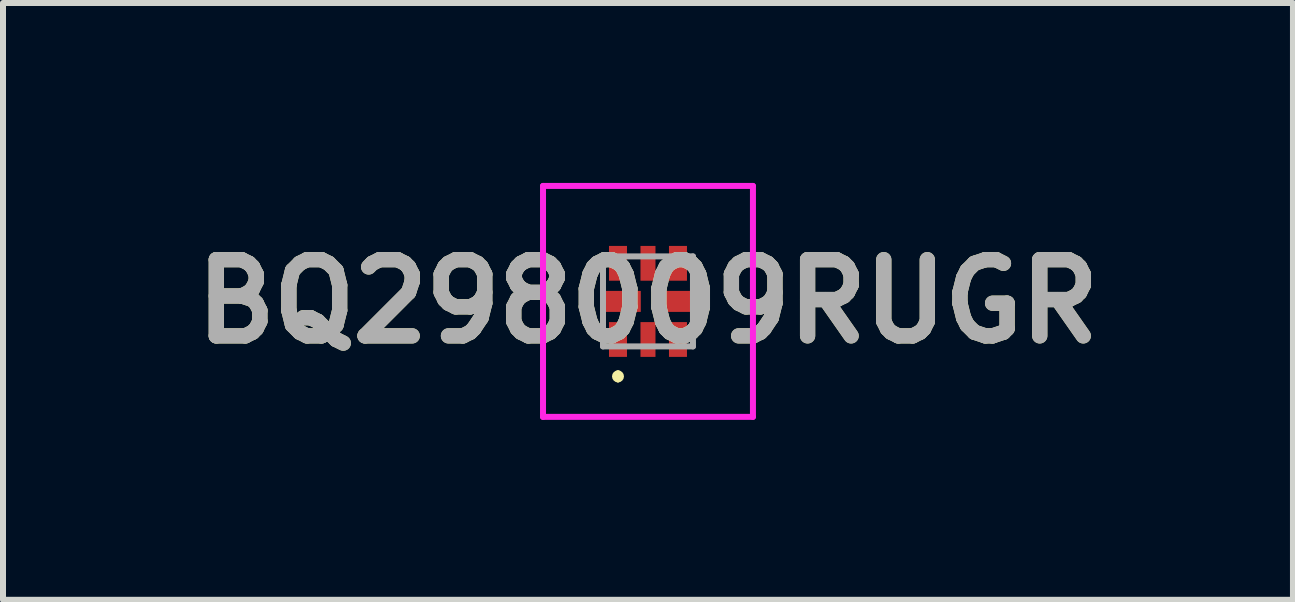
<source format=kicad_pcb>
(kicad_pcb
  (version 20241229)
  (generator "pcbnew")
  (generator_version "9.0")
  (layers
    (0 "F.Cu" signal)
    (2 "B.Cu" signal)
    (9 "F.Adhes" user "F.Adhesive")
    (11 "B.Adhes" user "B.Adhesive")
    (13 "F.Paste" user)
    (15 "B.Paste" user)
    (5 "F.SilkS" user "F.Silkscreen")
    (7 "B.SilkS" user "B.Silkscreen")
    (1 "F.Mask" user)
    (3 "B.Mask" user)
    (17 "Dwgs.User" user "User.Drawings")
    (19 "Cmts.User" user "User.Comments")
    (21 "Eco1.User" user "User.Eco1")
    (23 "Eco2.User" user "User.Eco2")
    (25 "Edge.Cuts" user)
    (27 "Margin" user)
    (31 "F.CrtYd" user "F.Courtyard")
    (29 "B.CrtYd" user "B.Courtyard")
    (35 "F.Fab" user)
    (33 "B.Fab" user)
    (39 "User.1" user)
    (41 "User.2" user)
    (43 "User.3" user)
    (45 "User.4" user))
  (footprint "BQ298009RUGR"
    (layer "F.Cu")
    (at 7.753 1.975)
    (property "Reference" "BQ298009RUGR" (at 0 0 0) (layer "F.SilkS") (effects (font (size 1.27 1.27) (thickness 0.254))))
    (attr smd)
    (fp_line (start -0.5 1.2) (end -0.5 1.2) (stroke (width 0.1) (type solid)) (layer "F.SilkS"))
    (fp_line (start -0.5 1.3) (end -0.5 1.3) (stroke (width 0.1) (type solid)) (layer "F.SilkS"))
    (fp_arc (start -0.5 1.2) (mid -0.45 1.25) (end -0.5 1.3) (stroke (width 0.1) (type solid)) (layer "F.SilkS"))
    (fp_arc (start -0.5 1.3) (mid -0.55 1.25) (end -0.5 1.2) (stroke (width 0.1) (type solid)) (layer "F.SilkS"))
    (fp_line (start -1.75 -1.925) (end 1.75 -1.925) (stroke (width 0.1) (type solid)) (layer "F.CrtYd"))
    (fp_line (start -1.75 1.925) (end -1.75 -1.925) (stroke (width 0.1) (type solid)) (layer "F.CrtYd"))
    (fp_line (start 1.75 -1.925) (end 1.75 1.925) (stroke (width 0.1) (type solid)) (layer "F.CrtYd"))
    (fp_line (start 1.75 1.925) (end -1.75 1.925) (stroke (width 0.1) (type solid)) (layer "F.CrtYd"))
    (fp_line (start -0.75 -0.75) (end 0.75 -0.75) (stroke (width 0.1) (type solid)) (layer "F.Fab"))
    (fp_line (start -0.75 0.75) (end -0.75 -0.75) (stroke (width 0.1) (type solid)) (layer "F.Fab"))
    (fp_line (start 0.75 -0.75) (end 0.75 0.75) (stroke (width 0.1) (type solid)) (layer "F.Fab"))
    (fp_line (start 0.75 0.75) (end -0.75 0.75) (stroke (width 0.1) (type solid)) (layer "F.Fab"))
    (fp_text user "${REFERENCE}" (at 0 0 0) (layer "F.Fab") (effects (font (size 1.27 1.27) (thickness 0.254))))
    (pad "1" smd rect (at -0.5 0.635) (size 0.3 0.58) (layers "F.Cu" "F.Mask" "F.Paste"))
    (pad "2" smd rect (at 0 0.635) (size 0.25 0.58) (layers "F.Cu" "F.Mask" "F.Paste"))
    (pad "3" smd rect (at 0.5 0.635) (size 0.3 0.58) (layers "F.Cu" "F.Mask" "F.Paste"))
    (pad "4" smd rect (at 0.435 0 90) (size 0.35 0.63) (layers "F.Cu" "F.Mask" "F.Paste"))
    (pad "5" smd rect (at 0.5 -0.635) (size 0.3 0.58) (layers "F.Cu" "F.Mask" "F.Paste"))
    (pad "6" smd rect (at 0 -0.635) (size 0.25 0.58) (layers "F.Cu" "F.Mask" "F.Paste"))
    (pad "7" smd rect (at -0.5 -0.635) (size 0.3 0.58) (layers "F.Cu" "F.Mask" "F.Paste"))
    (pad "8" smd rect (at -0.435 0 90) (size 0.35 0.63) (layers "F.Cu" "F.Mask" "F.Paste")))
  (gr_rect
    (start -3 -3)
    (end 18.506 6.95)
    (stroke (width 0.1) (type default))
    (fill no)
    (layer "Edge.Cuts")))
</source>
